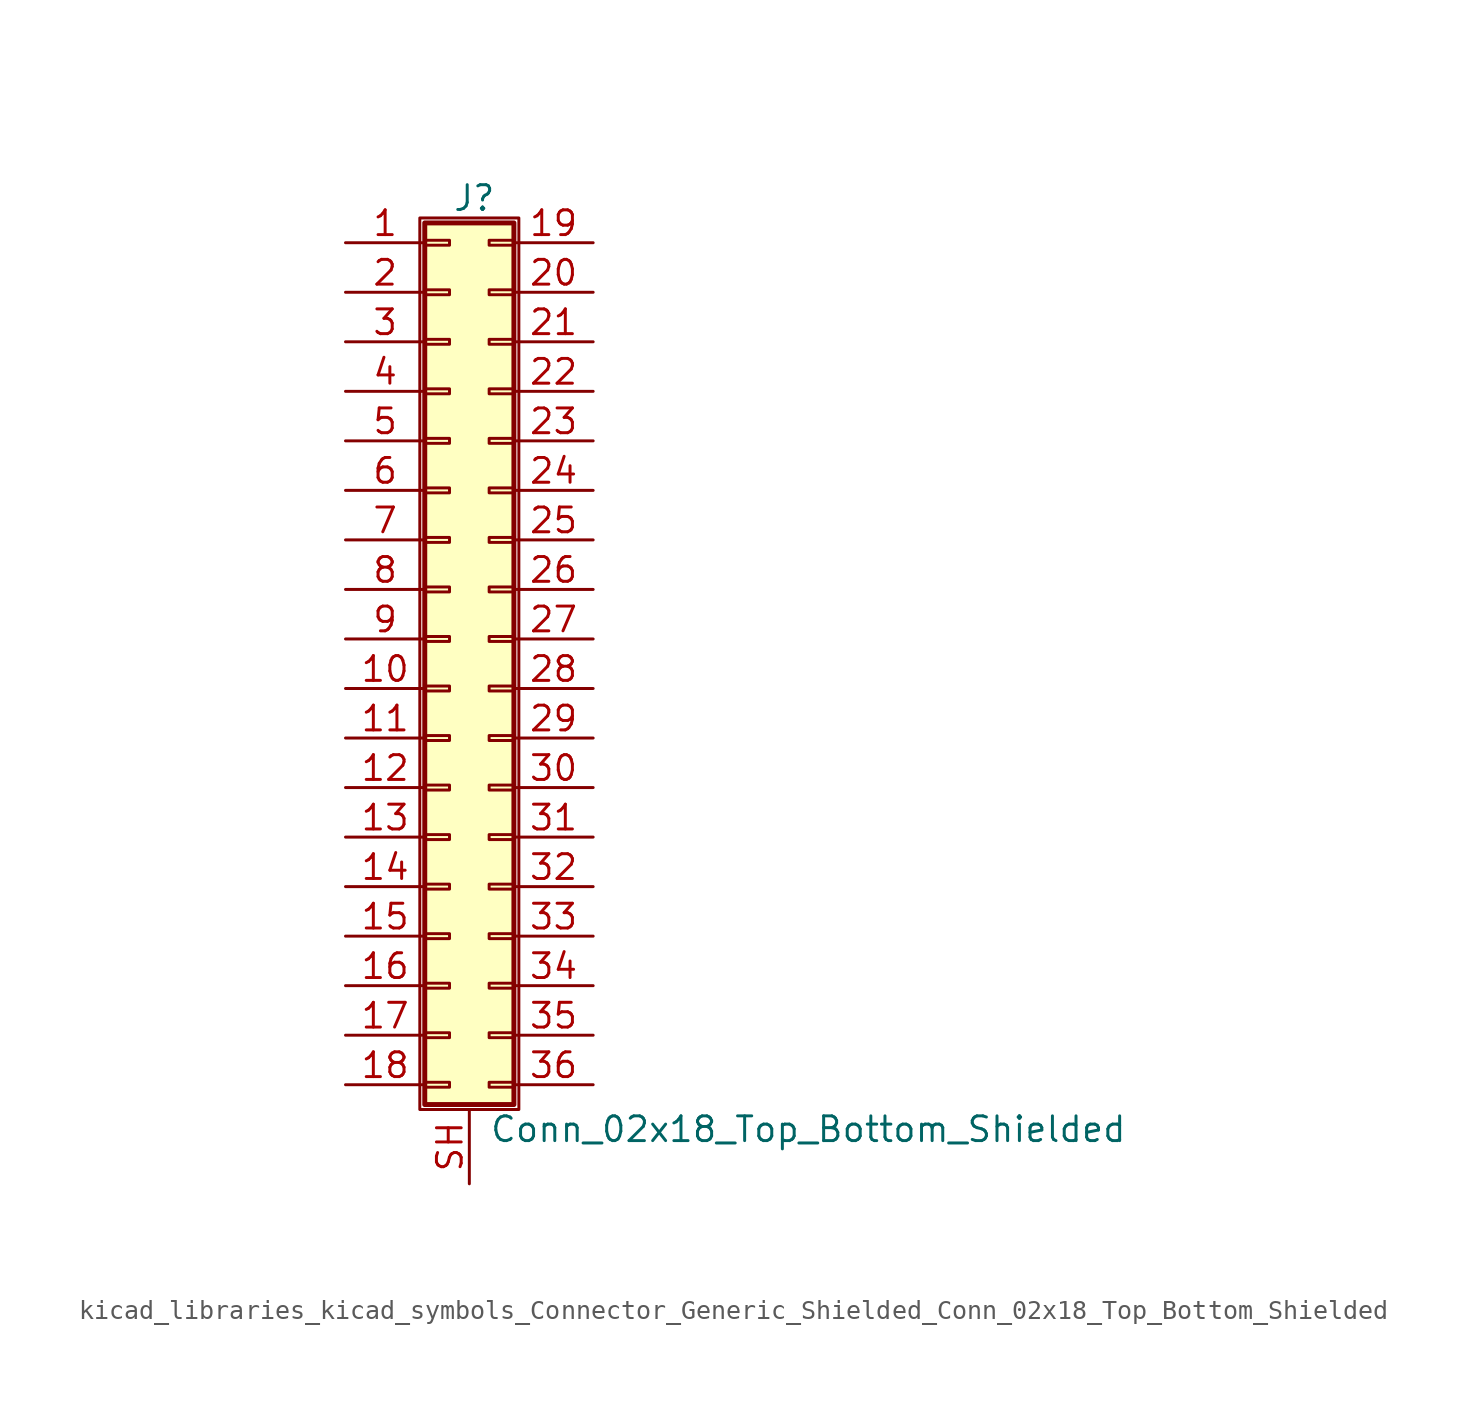
<source format=kicad_sym>
(kicad_symbol_lib
  (version 20220914)
  (generator kicad_symbol_editor)
  (symbol "kicad_libraries_kicad_symbols_Connector_Generic_Shielded_Conn_02x18_Top_Bottom_Shielded"
    (pin_names
      (offset 1.016) hide)
    (property "Reference" "J"
      (at 1.524 22.606 0)
      (effects (font (size 1.27 1.27))))
    (property "Value" "Conn_02x18_Top_Bottom_Shielded"
      (at 2.286 -25.146 0)
      (effects (font (size 1.27 1.27)) (justify left)))
    (symbol "kicad_libraries_kicad_symbols_Connector_Generic_Shielded_Conn_02x18_Top_Bottom_Shielded_1_1"
      (rectangle (start -1.27 21.59) (end 3.81 -24.13) (stroke (width 0.152) (type default)) (fill (type none)))
      (rectangle (start -1.016 -22.733) (end 0.254 -22.987) (stroke (width 0.152) (type default)) (fill (type none)))
      (rectangle (start -1.016 -20.193) (end 0.254 -20.447) (stroke (width 0.152) (type default)) (fill (type none)))
      (rectangle (start -1.016 -17.653) (end 0.254 -17.907) (stroke (width 0.152) (type default)) (fill (type none)))
      (rectangle (start -1.016 -15.113) (end 0.254 -15.367) (stroke (width 0.152) (type default)) (fill (type none)))
      (rectangle (start -1.016 -12.573) (end 0.254 -12.827) (stroke (width 0.152) (type default)) (fill (type none)))
      (rectangle (start -1.016 -10.033) (end 0.254 -10.287) (stroke (width 0.152) (type default)) (fill (type none)))
      (rectangle (start -1.016 -7.493) (end 0.254 -7.747) (stroke (width 0.152) (type default)) (fill (type none)))
      (rectangle (start -1.016 -4.953) (end 0.254 -5.207) (stroke (width 0.152) (type default)) (fill (type none)))
      (rectangle (start -1.016 -2.413) (end 0.254 -2.667) (stroke (width 0.152) (type default)) (fill (type none)))
      (rectangle (start -1.016 0.127) (end 0.254 -0.127) (stroke (width 0.152) (type default)) (fill (type none)))
      (rectangle (start -1.016 2.667) (end 0.254 2.413) (stroke (width 0.152) (type default)) (fill (type none)))
      (rectangle (start -1.016 5.207) (end 0.254 4.953) (stroke (width 0.152) (type default)) (fill (type none)))
      (rectangle (start -1.016 7.747) (end 0.254 7.493) (stroke (width 0.152) (type default)) (fill (type none)))
      (rectangle (start -1.016 10.287) (end 0.254 10.033) (stroke (width 0.152) (type default)) (fill (type none)))
      (rectangle (start -1.016 12.827) (end 0.254 12.573) (stroke (width 0.152) (type default)) (fill (type none)))
      (rectangle (start -1.016 15.367) (end 0.254 15.113) (stroke (width 0.152) (type default)) (fill (type none)))
      (rectangle (start -1.016 17.907) (end 0.254 17.653) (stroke (width 0.152) (type default)) (fill (type none)))
      (rectangle (start -1.016 20.447) (end 0.254 20.193) (stroke (width 0.152) (type default)) (fill (type none)))
      (rectangle (start -1.016 21.336) (end 3.556 -23.876) (stroke (width 0.254) (type default)) (fill (type background)))
      (rectangle (start 3.556 -22.733) (end 2.286 -22.987) (stroke (width 0.152) (type default)) (fill (type none)))
      (rectangle (start 3.556 -20.193) (end 2.286 -20.447) (stroke (width 0.152) (type default)) (fill (type none)))
      (rectangle (start 3.556 -17.653) (end 2.286 -17.907) (stroke (width 0.152) (type default)) (fill (type none)))
      (rectangle (start 3.556 -15.113) (end 2.286 -15.367) (stroke (width 0.152) (type default)) (fill (type none)))
      (rectangle (start 3.556 -12.573) (end 2.286 -12.827) (stroke (width 0.152) (type default)) (fill (type none)))
      (rectangle (start 3.556 -10.033) (end 2.286 -10.287) (stroke (width 0.152) (type default)) (fill (type none)))
      (rectangle (start 3.556 -7.493) (end 2.286 -7.747) (stroke (width 0.152) (type default)) (fill (type none)))
      (rectangle (start 3.556 -4.953) (end 2.286 -5.207) (stroke (width 0.152) (type default)) (fill (type none)))
      (rectangle (start 3.556 -2.413) (end 2.286 -2.667) (stroke (width 0.152) (type default)) (fill (type none)))
      (rectangle (start 3.556 0.127) (end 2.286 -0.127) (stroke (width 0.152) (type default)) (fill (type none)))
      (rectangle (start 3.556 2.667) (end 2.286 2.413) (stroke (width 0.152) (type default)) (fill (type none)))
      (rectangle (start 3.556 5.207) (end 2.286 4.953) (stroke (width 0.152) (type default)) (fill (type none)))
      (rectangle (start 3.556 7.747) (end 2.286 7.493) (stroke (width 0.152) (type default)) (fill (type none)))
      (rectangle (start 3.556 10.287) (end 2.286 10.033) (stroke (width 0.152) (type default)) (fill (type none)))
      (rectangle (start 3.556 12.827) (end 2.286 12.573) (stroke (width 0.152) (type default)) (fill (type none)))
      (rectangle (start 3.556 15.367) (end 2.286 15.113) (stroke (width 0.152) (type default)) (fill (type none)))
      (rectangle (start 3.556 17.907) (end 2.286 17.653) (stroke (width 0.152) (type default)) (fill (type none)))
      (rectangle (start 3.556 20.447) (end 2.286 20.193) (stroke (width 0.152) (type default)) (fill (type none)))
      (pin passive line (at -5.08 20.32 0) (length 4.064) (name "Pin_1" (effects (font (size 1.27 1.27)))) (number "1" (effects (font (size 1.27 1.27)))))
      (pin passive line (at -5.08 -2.54 0) (length 4.064) (name "Pin_10" (effects (font (size 1.27 1.27)))) (number "10" (effects (font (size 1.27 1.27)))))
      (pin passive line (at -5.08 -5.08 0) (length 4.064) (name "Pin_11" (effects (font (size 1.27 1.27)))) (number "11" (effects (font (size 1.27 1.27)))))
      (pin passive line (at -5.08 -7.62 0) (length 4.064) (name "Pin_12" (effects (font (size 1.27 1.27)))) (number "12" (effects (font (size 1.27 1.27)))))
      (pin passive line (at -5.08 -10.16 0) (length 4.064) (name "Pin_13" (effects (font (size 1.27 1.27)))) (number "13" (effects (font (size 1.27 1.27)))))
      (pin passive line (at -5.08 -12.7 0) (length 4.064) (name "Pin_14" (effects (font (size 1.27 1.27)))) (number "14" (effects (font (size 1.27 1.27)))))
      (pin passive line (at -5.08 -15.24 0) (length 4.064) (name "Pin_15" (effects (font (size 1.27 1.27)))) (number "15" (effects (font (size 1.27 1.27)))))
      (pin passive line (at -5.08 -17.78 0) (length 4.064) (name "Pin_16" (effects (font (size 1.27 1.27)))) (number "16" (effects (font (size 1.27 1.27)))))
      (pin passive line (at -5.08 -20.32 0) (length 4.064) (name "Pin_17" (effects (font (size 1.27 1.27)))) (number "17" (effects (font (size 1.27 1.27)))))
      (pin passive line (at -5.08 -22.86 0) (length 4.064) (name "Pin_18" (effects (font (size 1.27 1.27)))) (number "18" (effects (font (size 1.27 1.27)))))
      (pin passive line (at 7.62 20.32 180) (length 4.064) (name "Pin_19" (effects (font (size 1.27 1.27)))) (number "19" (effects (font (size 1.27 1.27)))))
      (pin passive line (at -5.08 17.78 0) (length 4.064) (name "Pin_2" (effects (font (size 1.27 1.27)))) (number "2" (effects (font (size 1.27 1.27)))))
      (pin passive line (at 7.62 17.78 180) (length 4.064) (name "Pin_20" (effects (font (size 1.27 1.27)))) (number "20" (effects (font (size 1.27 1.27)))))
      (pin passive line (at 7.62 15.24 180) (length 4.064) (name "Pin_21" (effects (font (size 1.27 1.27)))) (number "21" (effects (font (size 1.27 1.27)))))
      (pin passive line (at 7.62 12.7 180) (length 4.064) (name "Pin_22" (effects (font (size 1.27 1.27)))) (number "22" (effects (font (size 1.27 1.27)))))
      (pin passive line (at 7.62 10.16 180) (length 4.064) (name "Pin_23" (effects (font (size 1.27 1.27)))) (number "23" (effects (font (size 1.27 1.27)))))
      (pin passive line (at 7.62 7.62 180) (length 4.064) (name "Pin_24" (effects (font (size 1.27 1.27)))) (number "24" (effects (font (size 1.27 1.27)))))
      (pin passive line (at 7.62 5.08 180) (length 4.064) (name "Pin_25" (effects (font (size 1.27 1.27)))) (number "25" (effects (font (size 1.27 1.27)))))
      (pin passive line (at 7.62 2.54 180) (length 4.064) (name "Pin_26" (effects (font (size 1.27 1.27)))) (number "26" (effects (font (size 1.27 1.27)))))
      (pin passive line (at 7.62 0 180) (length 4.064) (name "Pin_27" (effects (font (size 1.27 1.27)))) (number "27" (effects (font (size 1.27 1.27)))))
      (pin passive line (at 7.62 -2.54 180) (length 4.064) (name "Pin_28" (effects (font (size 1.27 1.27)))) (number "28" (effects (font (size 1.27 1.27)))))
      (pin passive line (at 7.62 -5.08 180) (length 4.064) (name "Pin_29" (effects (font (size 1.27 1.27)))) (number "29" (effects (font (size 1.27 1.27)))))
      (pin passive line (at -5.08 15.24 0) (length 4.064) (name "Pin_3" (effects (font (size 1.27 1.27)))) (number "3" (effects (font (size 1.27 1.27)))))
      (pin passive line (at 7.62 -7.62 180) (length 4.064) (name "Pin_30" (effects (font (size 1.27 1.27)))) (number "30" (effects (font (size 1.27 1.27)))))
      (pin passive line (at 7.62 -10.16 180) (length 4.064) (name "Pin_31" (effects (font (size 1.27 1.27)))) (number "31" (effects (font (size 1.27 1.27)))))
      (pin passive line (at 7.62 -12.7 180) (length 4.064) (name "Pin_32" (effects (font (size 1.27 1.27)))) (number "32" (effects (font (size 1.27 1.27)))))
      (pin passive line (at 7.62 -15.24 180) (length 4.064) (name "Pin_33" (effects (font (size 1.27 1.27)))) (number "33" (effects (font (size 1.27 1.27)))))
      (pin passive line (at 7.62 -17.78 180) (length 4.064) (name "Pin_34" (effects (font (size 1.27 1.27)))) (number "34" (effects (font (size 1.27 1.27)))))
      (pin passive line (at 7.62 -20.32 180) (length 4.064) (name "Pin_35" (effects (font (size 1.27 1.27)))) (number "35" (effects (font (size 1.27 1.27)))))
      (pin passive line (at 7.62 -22.86 180) (length 4.064) (name "Pin_36" (effects (font (size 1.27 1.27)))) (number "36" (effects (font (size 1.27 1.27)))))
      (pin passive line (at -5.08 12.7 0) (length 4.064) (name "Pin_4" (effects (font (size 1.27 1.27)))) (number "4" (effects (font (size 1.27 1.27)))))
      (pin passive line (at -5.08 10.16 0) (length 4.064) (name "Pin_5" (effects (font (size 1.27 1.27)))) (number "5" (effects (font (size 1.27 1.27)))))
      (pin passive line (at -5.08 7.62 0) (length 4.064) (name "Pin_6" (effects (font (size 1.27 1.27)))) (number "6" (effects (font (size 1.27 1.27)))))
      (pin passive line (at -5.08 5.08 0) (length 4.064) (name "Pin_7" (effects (font (size 1.27 1.27)))) (number "7" (effects (font (size 1.27 1.27)))))
      (pin passive line (at -5.08 2.54 0) (length 4.064) (name "Pin_8" (effects (font (size 1.27 1.27)))) (number "8" (effects (font (size 1.27 1.27)))))
      (pin passive line (at -5.08 0 0) (length 4.064) (name "Pin_9" (effects (font (size 1.27 1.27)))) (number "9" (effects (font (size 1.27 1.27)))))
      (pin passive line (at 1.27 -27.94 90) (length 3.81) (name "Shield" (effects (font (size 1.27 1.27)))) (number "SH" (effects (font (size 1.27 1.27))))))))
</source>
